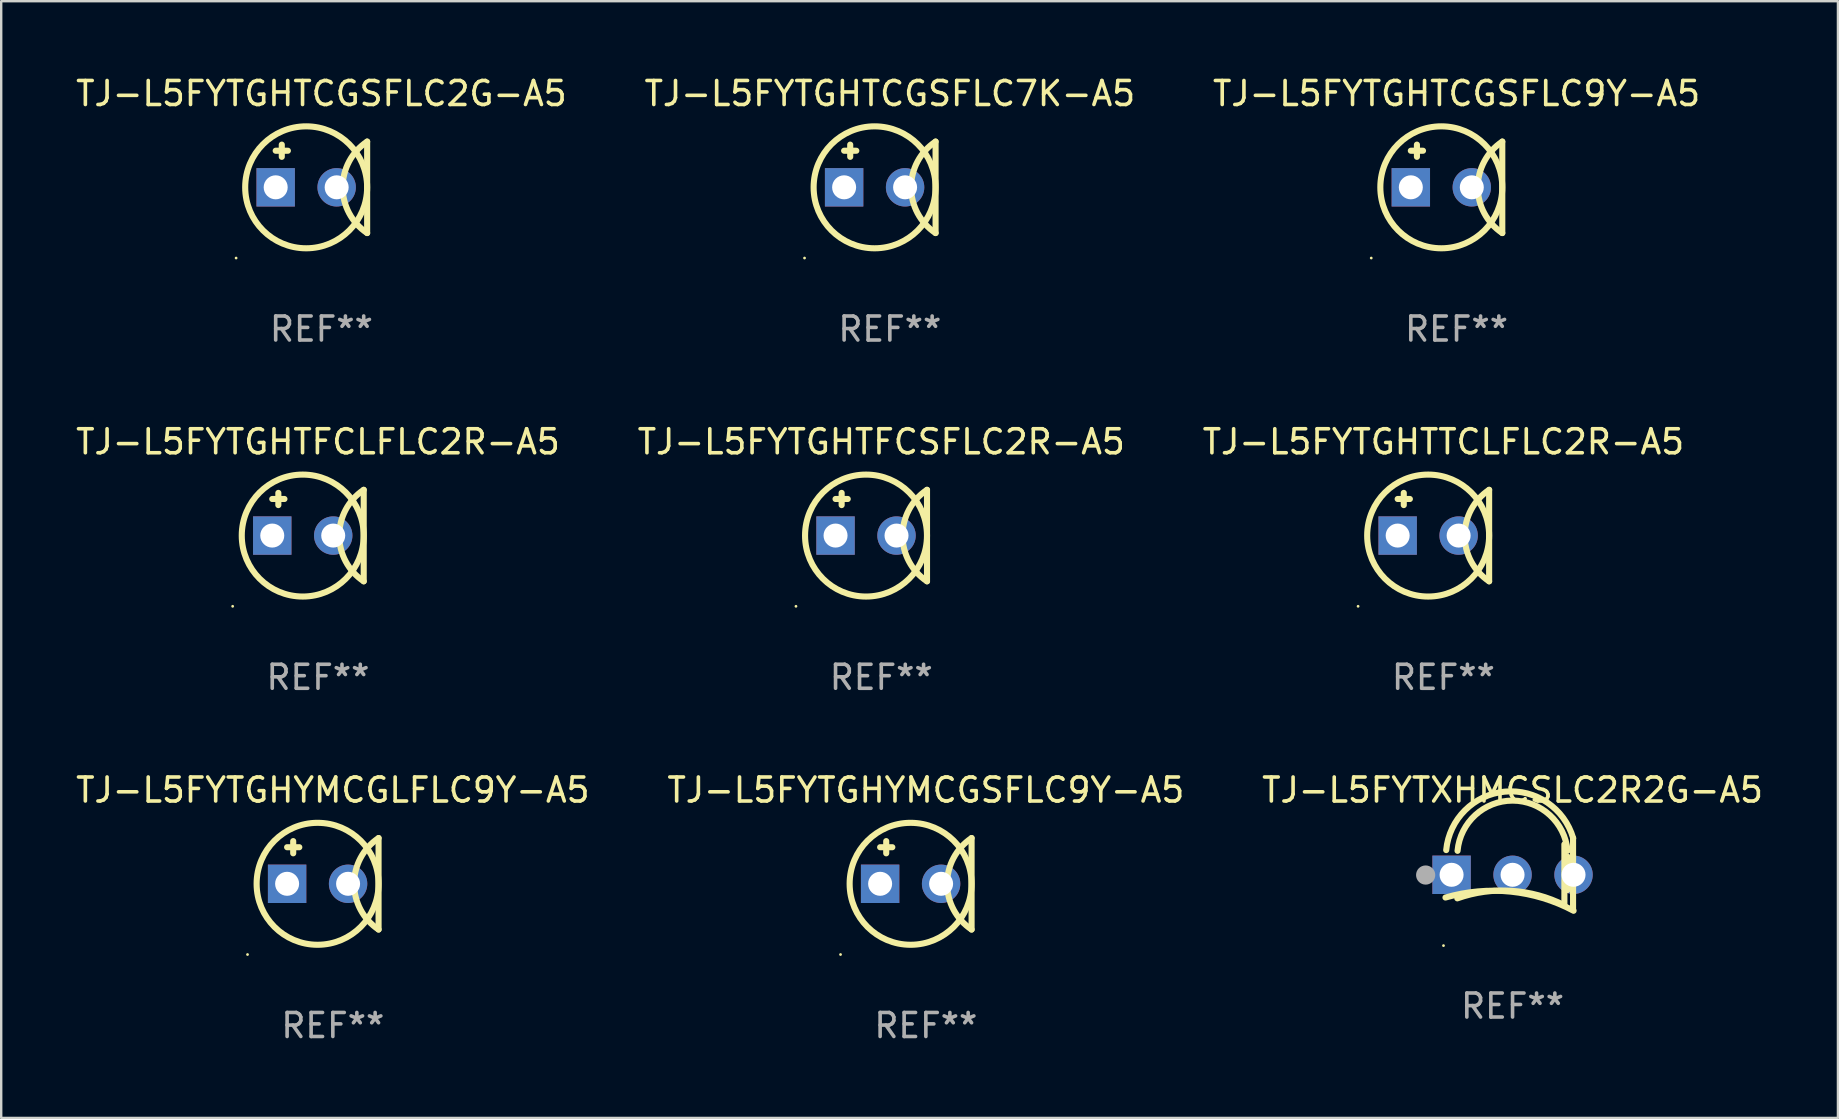
<source format=kicad_pcb>
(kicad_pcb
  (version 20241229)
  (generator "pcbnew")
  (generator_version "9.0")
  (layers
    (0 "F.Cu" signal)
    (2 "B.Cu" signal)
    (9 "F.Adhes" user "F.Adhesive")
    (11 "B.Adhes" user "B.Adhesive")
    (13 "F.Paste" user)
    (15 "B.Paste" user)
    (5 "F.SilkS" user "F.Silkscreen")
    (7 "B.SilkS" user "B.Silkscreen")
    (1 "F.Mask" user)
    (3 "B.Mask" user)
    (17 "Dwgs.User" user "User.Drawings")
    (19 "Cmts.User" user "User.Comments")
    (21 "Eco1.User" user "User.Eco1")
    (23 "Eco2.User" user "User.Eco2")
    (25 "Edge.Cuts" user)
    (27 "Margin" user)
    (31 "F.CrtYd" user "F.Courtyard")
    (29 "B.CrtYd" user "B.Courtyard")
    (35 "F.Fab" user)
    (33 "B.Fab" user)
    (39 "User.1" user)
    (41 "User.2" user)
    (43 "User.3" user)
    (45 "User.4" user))
  (footprint "TJ-L5FYTGHTFCSFLC2R-A5"
    (layer "F.Cu")
    (at 33.661 19.26)
    (property "Reference" "TJ-L5FYTGHTFCSFLC2R-A5" (at 0 -3.905 0) (layer "F.SilkS") (effects (font (size 1 1) (thickness 0.15))))
    (attr through_hole)
    (fp_line (start -1.905 -1.524) (end -1.397 -1.524) (stroke (width 0.254) (type solid)) (layer "F.SilkS"))
    (fp_line (start -1.651 -1.778) (end -1.651 -1.27) (stroke (width 0.254) (type solid)) (layer "F.SilkS"))
    (fp_line (start 1.905 1.905) (end 1.905 -1.905) (stroke (width 0.254) (type solid)) (layer "F.SilkS"))
    (fp_arc (start 1.904999 1.905) (mid 0.885477 0) (end 1.904999 -1.905) (stroke (width 0.254001) (type solid)) (layer "F.SilkS"))
    (fp_circle (center -3.554 2.946) (end -3.524 2.946) (stroke (width 0.06) (type solid)) (fill no) (layer "F.SilkS"))
    (fp_circle (center -0.635 0) (end 1.905 0) (stroke (width 0.254) (type solid)) (fill no) (layer "F.SilkS"))
    (fp_text user "REF**" (at 0 5.905 0) (layer "F.Fab") (effects (font (size 1 1) (thickness 0.15))))
    (pad "1" thru_hole rect (at -1.905 0) (size 1.6 1.6) (drill 1) (layers "*.Cu" "*.Mask"))
    (pad "2" thru_hole circle (at 0.635 0) (size 1.6 1.6) (drill 1) (layers "*.Cu" "*.Mask")))
  (footprint "TJ-L5FYTGHTCGSFLC9Y-A5"
    (layer "F.Cu")
    (at 57.625 4.753)
    (property "Reference" "TJ-L5FYTGHTCGSFLC9Y-A5" (at 0 -3.905 0) (layer "F.SilkS") (effects (font (size 1 1) (thickness 0.15))))
    (attr through_hole)
    (fp_line (start -1.905 -1.524) (end -1.397 -1.524) (stroke (width 0.254) (type solid)) (layer "F.SilkS"))
    (fp_line (start -1.651 -1.778) (end -1.651 -1.27) (stroke (width 0.254) (type solid)) (layer "F.SilkS"))
    (fp_line (start 1.905 1.905) (end 1.905 -1.905) (stroke (width 0.254) (type solid)) (layer "F.SilkS"))
    (fp_arc (start 1.904999 1.905) (mid 0.885477 0) (end 1.904999 -1.905) (stroke (width 0.254001) (type solid)) (layer "F.SilkS"))
    (fp_circle (center -3.554 2.946) (end -3.524 2.946) (stroke (width 0.06) (type solid)) (fill no) (layer "F.SilkS"))
    (fp_circle (center -0.635 0) (end 1.905 0) (stroke (width 0.254) (type solid)) (fill no) (layer "F.SilkS"))
    (fp_text user "REF**" (at 0 5.905 0) (layer "F.Fab") (effects (font (size 1 1) (thickness 0.15))))
    (pad "1" thru_hole rect (at -1.905 0) (size 1.6 1.6) (drill 1) (layers "*.Cu" "*.Mask"))
    (pad "2" thru_hole circle (at 0.635 0) (size 1.6 1.6) (drill 1) (layers "*.Cu" "*.Mask")))
  (footprint "TJ-L5FYTGHTTCLFLC2R-A5"
    (layer "F.Cu")
    (at 57.077 19.26)
    (property "Reference" "TJ-L5FYTGHTTCLFLC2R-A5" (at 0 -3.905 0) (layer "F.SilkS") (effects (font (size 1 1) (thickness 0.15))))
    (attr through_hole)
    (fp_line (start -1.905 -1.524) (end -1.397 -1.524) (stroke (width 0.254) (type solid)) (layer "F.SilkS"))
    (fp_line (start -1.651 -1.778) (end -1.651 -1.27) (stroke (width 0.254) (type solid)) (layer "F.SilkS"))
    (fp_line (start 1.905 1.905) (end 1.905 -1.905) (stroke (width 0.254) (type solid)) (layer "F.SilkS"))
    (fp_arc (start 1.904999 1.905) (mid 0.885477 0) (end 1.904999 -1.905) (stroke (width 0.254001) (type solid)) (layer "F.SilkS"))
    (fp_circle (center -3.554 2.946) (end -3.524 2.946) (stroke (width 0.06) (type solid)) (fill no) (layer "F.SilkS"))
    (fp_circle (center -0.635 0) (end 1.905 0) (stroke (width 0.254) (type solid)) (fill no) (layer "F.SilkS"))
    (fp_text user "REF**" (at 0 5.905 0) (layer "F.Fab") (effects (font (size 1 1) (thickness 0.15))))
    (pad "1" thru_hole rect (at -1.905 0) (size 1.6 1.6) (drill 1) (layers "*.Cu" "*.Mask"))
    (pad "2" thru_hole circle (at 0.635 0) (size 1.6 1.6) (drill 1) (layers "*.Cu" "*.Mask")))
  (footprint "TJ-L5FYTGHTCGSFLC7K-A5"
    (layer "F.Cu")
    (at 34.018 4.753)
    (property "Reference" "TJ-L5FYTGHTCGSFLC7K-A5" (at 0 -3.905 0) (layer "F.SilkS") (effects (font (size 1 1) (thickness 0.15))))
    (attr through_hole)
    (fp_line (start -1.905 -1.524) (end -1.397 -1.524) (stroke (width 0.254) (type solid)) (layer "F.SilkS"))
    (fp_line (start -1.651 -1.778) (end -1.651 -1.27) (stroke (width 0.254) (type solid)) (layer "F.SilkS"))
    (fp_line (start 1.905 1.905) (end 1.905 -1.905) (stroke (width 0.254) (type solid)) (layer "F.SilkS"))
    (fp_arc (start 1.904999 1.905) (mid 0.885477 0) (end 1.904999 -1.905) (stroke (width 0.254001) (type solid)) (layer "F.SilkS"))
    (fp_circle (center -3.554 2.946) (end -3.524 2.946) (stroke (width 0.06) (type solid)) (fill no) (layer "F.SilkS"))
    (fp_circle (center -0.635 0) (end 1.905 0) (stroke (width 0.254) (type solid)) (fill no) (layer "F.SilkS"))
    (fp_text user "REF**" (at 0 5.905 0) (layer "F.Fab") (effects (font (size 1 1) (thickness 0.15))))
    (pad "1" thru_hole rect (at -1.905 0) (size 1.6 1.6) (drill 1) (layers "*.Cu" "*.Mask"))
    (pad "2" thru_hole circle (at 0.635 0) (size 1.6 1.6) (drill 1) (layers "*.Cu" "*.Mask")))
  (footprint "TJ-L5FYTGHTFCLFLC2R-A5"
    (layer "F.Cu")
    (at 10.196 19.26)
    (property "Reference" "TJ-L5FYTGHTFCLFLC2R-A5" (at 0 -3.905 0) (layer "F.SilkS") (effects (font (size 1 1) (thickness 0.15))))
    (attr through_hole)
    (fp_line (start -1.905 -1.524) (end -1.397 -1.524) (stroke (width 0.254) (type solid)) (layer "F.SilkS"))
    (fp_line (start -1.651 -1.778) (end -1.651 -1.27) (stroke (width 0.254) (type solid)) (layer "F.SilkS"))
    (fp_line (start 1.905 1.905) (end 1.905 -1.905) (stroke (width 0.254) (type solid)) (layer "F.SilkS"))
    (fp_arc (start 1.904999 1.905) (mid 0.885477 0) (end 1.904999 -1.905) (stroke (width 0.254001) (type solid)) (layer "F.SilkS"))
    (fp_circle (center -3.554 2.946) (end -3.524 2.946) (stroke (width 0.06) (type solid)) (fill no) (layer "F.SilkS"))
    (fp_circle (center -0.635 0) (end 1.905 0) (stroke (width 0.254) (type solid)) (fill no) (layer "F.SilkS"))
    (fp_text user "REF**" (at 0 5.905 0) (layer "F.Fab") (effects (font (size 1 1) (thickness 0.15))))
    (pad "1" thru_hole rect (at -1.905 0) (size 1.6 1.6) (drill 1) (layers "*.Cu" "*.Mask"))
    (pad "2" thru_hole circle (at 0.635 0) (size 1.6 1.6) (drill 1) (layers "*.Cu" "*.Mask")))
  (footprint "TJ-L5FYTGHYMCGLFLC9Y-A5"
    (layer "F.Cu")
    (at 10.815 33.766)
    (property "Reference" "TJ-L5FYTGHYMCGLFLC9Y-A5" (at 0 -3.905 0) (layer "F.SilkS") (effects (font (size 1 1) (thickness 0.15))))
    (attr through_hole)
    (fp_line (start -1.905 -1.524) (end -1.397 -1.524) (stroke (width 0.254) (type solid)) (layer "F.SilkS"))
    (fp_line (start -1.651 -1.778) (end -1.651 -1.27) (stroke (width 0.254) (type solid)) (layer "F.SilkS"))
    (fp_line (start 1.905 1.905) (end 1.905 -1.905) (stroke (width 0.254) (type solid)) (layer "F.SilkS"))
    (fp_arc (start 1.904999 1.905) (mid 0.885477 0) (end 1.904999 -1.905) (stroke (width 0.254001) (type solid)) (layer "F.SilkS"))
    (fp_circle (center -3.554 2.946) (end -3.524 2.946) (stroke (width 0.06) (type solid)) (fill no) (layer "F.SilkS"))
    (fp_circle (center -0.635 0) (end 1.905 0) (stroke (width 0.254) (type solid)) (fill no) (layer "F.SilkS"))
    (fp_text user "REF**" (at 0 5.905 0) (layer "F.Fab") (effects (font (size 1 1) (thickness 0.15))))
    (pad "1" thru_hole rect (at -1.905 0) (size 1.6 1.6) (drill 1) (layers "*.Cu" "*.Mask"))
    (pad "2" thru_hole circle (at 0.635 0) (size 1.6 1.6) (drill 1) (layers "*.Cu" "*.Mask")))
  (footprint "TJ-L5FYTGHYMCGSFLC9Y-A5"
    (layer "F.Cu")
    (at 35.518 33.766)
    (property "Reference" "TJ-L5FYTGHYMCGSFLC9Y-A5" (at 0 -3.905 0) (layer "F.SilkS") (effects (font (size 1 1) (thickness 0.15))))
    (attr through_hole)
    (fp_line (start -1.905 -1.524) (end -1.397 -1.524) (stroke (width 0.254) (type solid)) (layer "F.SilkS"))
    (fp_line (start -1.651 -1.778) (end -1.651 -1.27) (stroke (width 0.254) (type solid)) (layer "F.SilkS"))
    (fp_line (start 1.905 1.905) (end 1.905 -1.905) (stroke (width 0.254) (type solid)) (layer "F.SilkS"))
    (fp_arc (start 1.904999 1.905) (mid 0.885477 0) (end 1.904999 -1.905) (stroke (width 0.254001) (type solid)) (layer "F.SilkS"))
    (fp_circle (center -3.554 2.946) (end -3.524 2.946) (stroke (width 0.06) (type solid)) (fill no) (layer "F.SilkS"))
    (fp_circle (center -0.635 0) (end 1.905 0) (stroke (width 0.254) (type solid)) (fill no) (layer "F.SilkS"))
    (fp_text user "REF**" (at 0 5.905 0) (layer "F.Fab") (effects (font (size 1 1) (thickness 0.15))))
    (pad "1" thru_hole rect (at -1.905 0) (size 1.6 1.6) (drill 1) (layers "*.Cu" "*.Mask"))
    (pad "2" thru_hole circle (at 0.635 0) (size 1.6 1.6) (drill 1) (layers "*.Cu" "*.Mask")))
  (footprint "TJ-L5FYTGHTCGSFLC2G-A5"
    (layer "F.Cu")
    (at 10.339 4.753)
    (property "Reference" "TJ-L5FYTGHTCGSFLC2G-A5" (at 0 -3.905 0) (layer "F.SilkS") (effects (font (size 1 1) (thickness 0.15))))
    (attr through_hole)
    (fp_line (start -1.905 -1.524) (end -1.397 -1.524) (stroke (width 0.254) (type solid)) (layer "F.SilkS"))
    (fp_line (start -1.651 -1.778) (end -1.651 -1.27) (stroke (width 0.254) (type solid)) (layer "F.SilkS"))
    (fp_line (start 1.905 1.905) (end 1.905 -1.905) (stroke (width 0.254) (type solid)) (layer "F.SilkS"))
    (fp_arc (start 1.904999 1.905) (mid 0.885477 0) (end 1.904999 -1.905) (stroke (width 0.254001) (type solid)) (layer "F.SilkS"))
    (fp_circle (center -3.554 2.946) (end -3.524 2.946) (stroke (width 0.06) (type solid)) (fill no) (layer "F.SilkS"))
    (fp_circle (center -0.635 0) (end 1.905 0) (stroke (width 0.254) (type solid)) (fill no) (layer "F.SilkS"))
    (fp_text user "REF**" (at 0 5.905 0) (layer "F.Fab") (effects (font (size 1 1) (thickness 0.15))))
    (pad "1" thru_hole rect (at -1.905 0) (size 1.6 1.6) (drill 1) (layers "*.Cu" "*.Mask"))
    (pad "2" thru_hole circle (at 0.635 0) (size 1.6 1.6) (drill 1) (layers "*.Cu" "*.Mask")))
  (footprint "TJ-L5FYTXHMCSLC2R2G-A5"
    (layer "F.Cu")
    (at 59.958 33.361)
    (property "Reference" "TJ-L5FYTXHMCSLC2R2G-A5" (at 0 -3.5 0) (layer "F.SilkS") (effects (font (size 1 1) (thickness 0.15))))
    (attr through_hole)
    (fp_line (start 2.159 -1.24) (end 2.159 1.3) (stroke (width 0.254) (type solid)) (layer "F.SilkS"))
    (fp_line (start 2.286 -0.732) (end 2.286 0.665) (stroke (width 0.254) (type solid)) (layer "F.SilkS"))
    (fp_line (start 2.52 -1.5) (end 2.52 1.5) (stroke (width 0.254) (type solid)) (layer "F.SilkS"))
    (fp_arc (start -2.79431 0.976848) (mid -0.072475 0.731584) (end 2.541758 1.52803) (stroke (width 0.254001) (type solid)) (layer "F.SilkS"))
    (fp_arc (start -2.764008 -0.999758) (mid -0.323263 -3.434716) (end 2.525806 -1.493307) (stroke (width 0.254001) (type solid)) (layer "F.SilkS"))
    (fp_arc (start -2.300305 1.010706) (mid -0.043043 0.697773) (end 2.155372 1.297879) (stroke (width 0.254001) (type solid)) (layer "F.SilkS"))
    (fp_arc (start -2.291543 -0.968465) (mid -0.000907 -3.060942) (end 2.290958 -0.969812) (stroke (width 0.254001) (type solid)) (layer "F.SilkS"))
    (fp_circle (center -2.877 2.98) (end -2.847 2.98) (stroke (width 0.06) (type solid)) (fill no) (layer "F.SilkS"))
    (fp_circle (center -3.62 0.04) (end -3.42 0.04) (stroke (width 0.4) (type solid)) (fill no) (layer "F.Fab"))
    (fp_text user "REF**" (at 0 5.5 0) (layer "F.Fab") (effects (font (size 1 1) (thickness 0.15))))
    (pad "1" thru_hole rect (at -2.54 0.03) (size 1.6 1.6) (drill 1) (layers "*.Cu" "*.Mask"))
    (pad "2" thru_hole circle (at 0 0.03) (size 1.6 1.6) (drill 1) (layers "*.Cu" "*.Mask"))
    (pad "3" thru_hole circle (at 2.54 0.03) (size 1.6 1.6) (drill 1) (layers "*.Cu" "*.Mask")))
  (gr_rect
    (start -3 -3)
    (end 73.512 43.52)
    (stroke (width 0.1) (type default))
    (fill no)
    (layer "Edge.Cuts")))
</source>
